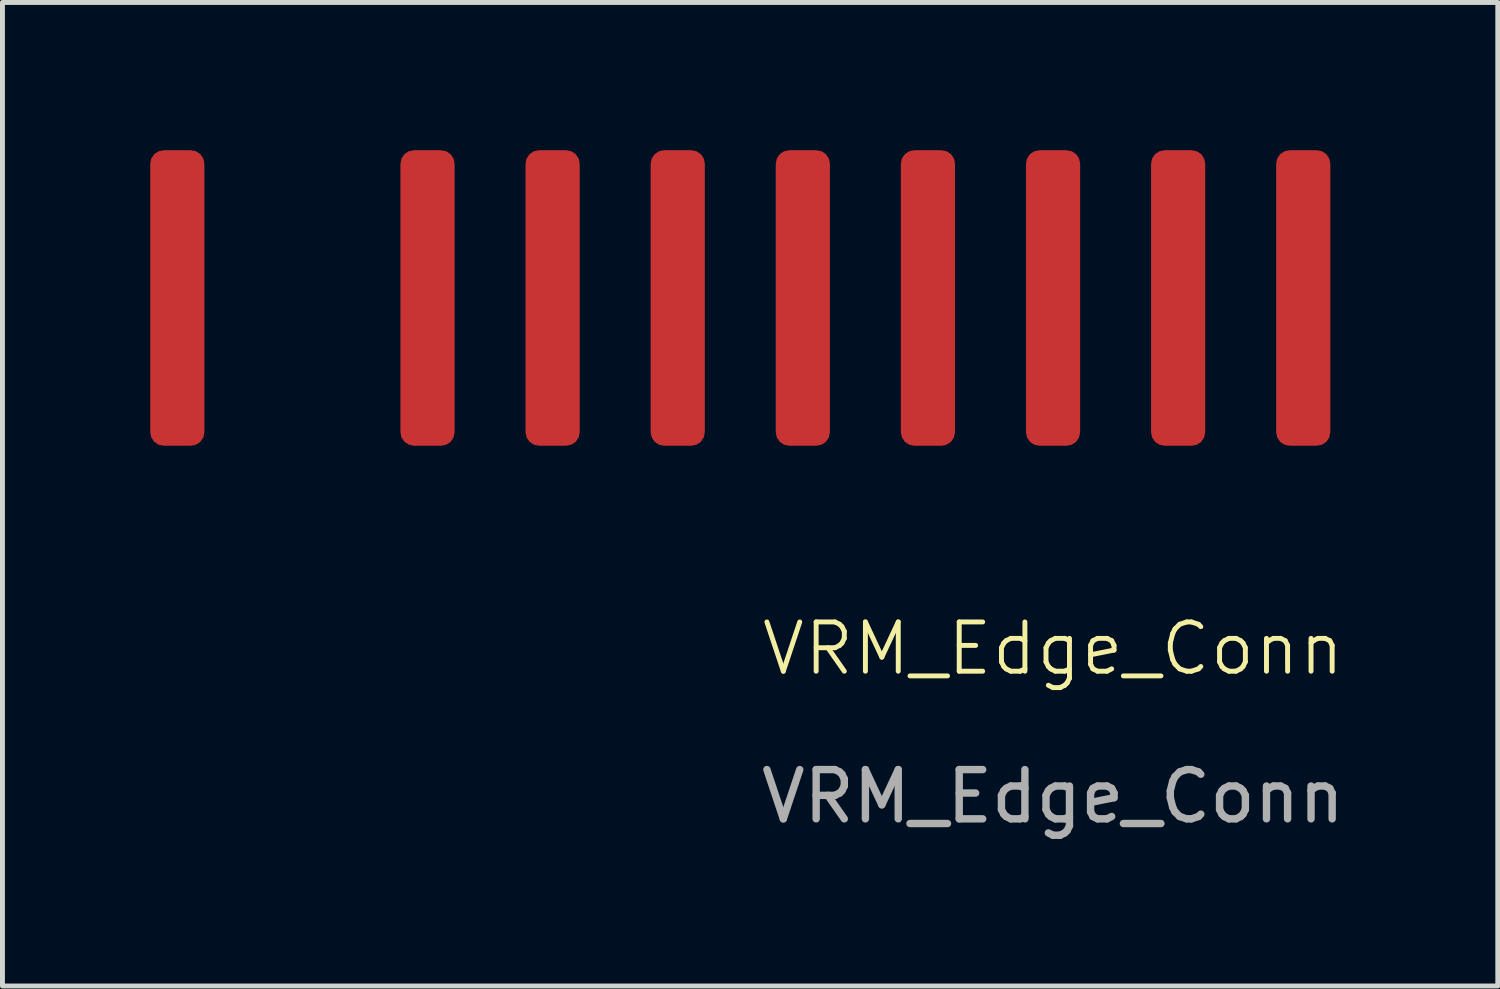
<source format=kicad_pcb>
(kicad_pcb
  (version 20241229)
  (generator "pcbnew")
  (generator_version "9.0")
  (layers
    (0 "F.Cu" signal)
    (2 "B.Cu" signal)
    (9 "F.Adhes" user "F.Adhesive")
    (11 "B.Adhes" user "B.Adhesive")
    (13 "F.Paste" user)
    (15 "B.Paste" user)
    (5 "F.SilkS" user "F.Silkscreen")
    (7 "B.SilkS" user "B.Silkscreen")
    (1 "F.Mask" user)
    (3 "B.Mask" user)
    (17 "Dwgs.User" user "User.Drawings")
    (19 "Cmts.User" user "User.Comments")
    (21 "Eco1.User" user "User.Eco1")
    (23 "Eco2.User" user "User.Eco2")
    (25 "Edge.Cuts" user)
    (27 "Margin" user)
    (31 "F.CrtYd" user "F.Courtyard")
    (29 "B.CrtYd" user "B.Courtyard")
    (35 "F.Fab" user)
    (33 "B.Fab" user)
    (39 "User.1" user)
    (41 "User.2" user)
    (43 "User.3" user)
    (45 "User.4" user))
  (footprint "VRM_Edge_Conn"
    (layer "F.Cu")
    (at 18.33 10.62)
    (property "Reference" "VRM_Edge_Conn" (at 0 -0.5 0) (unlocked yes) (layer "F.SilkS") (effects (font (size 1 1) (thickness 0.1))))
    (attr smd)
    (fp_text user "${REFERENCE}" (at 0 2.5 0) (unlocked yes) (layer "F.Fab") (effects (font (size 1 1) (thickness 0.15))))
    (pad "VC1" smd roundrect (at -17.78 -7.62) (size 1.1 6) (layers "F.Cu" "F.Mask" "F.Paste") (roundrect_rratio 0.25))
    (pad "VC2" smd roundrect (at -12.7 -7.62) (size 1.1 6) (layers "F.Cu" "F.Mask" "F.Paste") (roundrect_rratio 0.25))
    (pad "VC3" smd roundrect (at -10.16 -7.62) (size 1.1 6) (layers "F.Cu" "F.Mask" "F.Paste") (roundrect_rratio 0.25))
    (pad "VC4" smd roundrect (at -7.62 -7.62) (size 1.1 6) (layers "F.Cu" "F.Mask" "F.Paste") (roundrect_rratio 0.25))
    (pad "VC5" smd roundrect (at -5.08 -7.62) (size 1.1 6) (layers "F.Cu" "F.Mask" "F.Paste") (roundrect_rratio 0.25))
    (pad "VC6" smd roundrect (at -2.54 -7.62) (size 1.1 6) (layers "F.Cu" "F.Mask" "F.Paste") (roundrect_rratio 0.25))
    (pad "VC7" smd roundrect (at 0 -7.62) (size 1.1 6) (layers "F.Cu" "F.Mask" "F.Paste") (roundrect_rratio 0.25))
    (pad "VC8" smd roundrect (at 2.54 -7.62) (size 1.1 6) (layers "F.Cu" "F.Mask" "F.Paste") (roundrect_rratio 0.25))
    (pad "VC9" smd roundrect (at 5.08 -7.62) (size 1.1 6) (layers "F.Cu" "F.Mask" "F.Paste") (roundrect_rratio 0.25)))
  (gr_rect
    (start -3 -3)
    (end 27.36 16.968)
    (stroke (width 0.1) (type default))
    (fill no)
    (layer "Edge.Cuts")))
</source>
